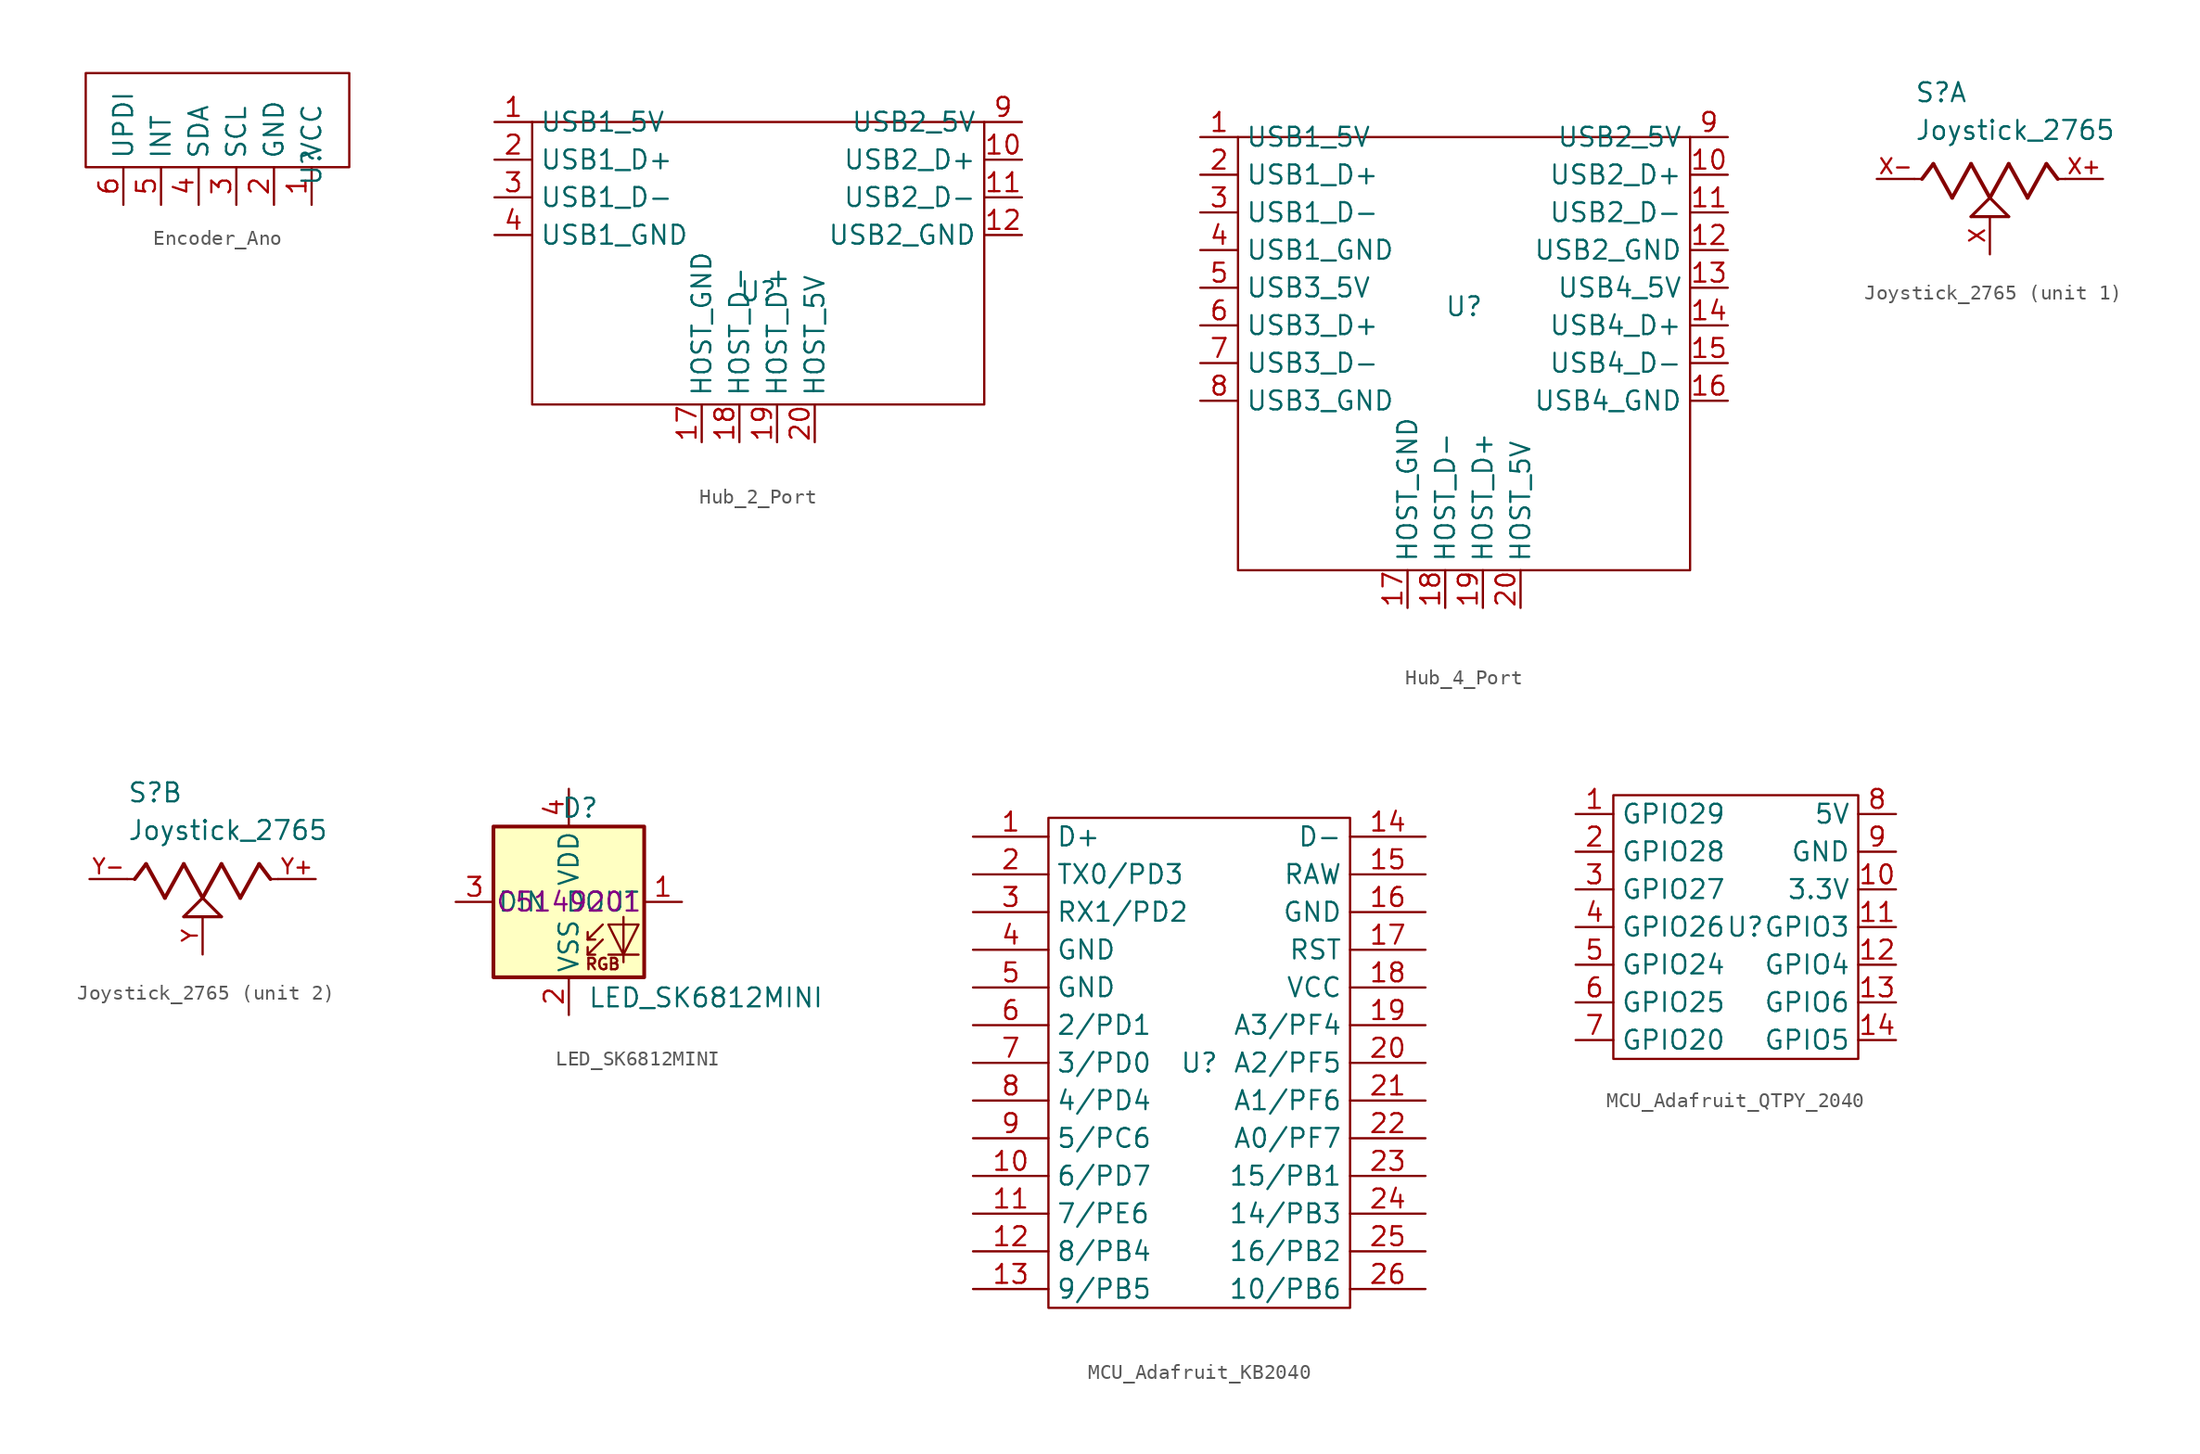
<source format=kicad_sym>
(kicad_symbol_lib
  (version 20231120)
  (generator "kicad_symbol_editor")
  (generator_version "8.0")
  (symbol "Encoder_Ano"
    (property "Reference" "U"
      (at 6.35 0 90)
      (effects (font (size 1.27 1.27))))
    (property "Value" ""
      (at 6.35 0 90)
      (effects (font (size 1.27 1.27))))
    (symbol "Encoder_Ano_0_1"
      (rectangle (start -8.89 6.35) (end 8.89 0) (stroke (width 0) (type default)) (fill (type none))))
    (symbol "Encoder_Ano_1_1"
      (pin input line (at 6.35 -2.54 90) (length 2.54) (name "VCC" (effects (font (size 1.27 1.27)))) (number "1" (effects (font (size 1.27 1.27)))))
      (pin input line (at 3.81 -2.54 90) (length 2.54) (name "GND" (effects (font (size 1.27 1.27)))) (number "2" (effects (font (size 1.27 1.27)))))
      (pin input line (at 1.27 -2.54 90) (length 2.54) (name "SCL" (effects (font (size 1.27 1.27)))) (number "3" (effects (font (size 1.27 1.27)))))
      (pin input line (at -1.27 -2.54 90) (length 2.54) (name "SDA" (effects (font (size 1.27 1.27)))) (number "4" (effects (font (size 1.27 1.27)))))
      (pin input line (at -3.81 -2.54 90) (length 2.54) (name "INT" (effects (font (size 1.27 1.27)))) (number "5" (effects (font (size 1.27 1.27)))))
      (pin input line (at -6.35 -2.54 90) (length 2.54) (name "UPDI" (effects (font (size 1.27 1.27)))) (number "6" (effects (font (size 1.27 1.27)))))))
  (symbol "Hub_2_Port"
    (property "Reference" "U"
      (at 0 0 0)
      (effects (font (size 1.27 1.27))))
    (property "Value" ""
      (at 0 0 0)
      (effects (font (size 1.27 1.27))))
    (symbol "Hub_2_Port_0_1"
      (rectangle (start -15.24 11.43) (end 15.24 -7.62) (stroke (width 0) (type default)) (fill (type none))))
    (symbol "Hub_2_Port_1_1"
      (pin input line (at -17.78 11.43 0) (length 2.54) (name "USB1_5V" (effects (font (size 1.27 1.27)))) (number "1" (effects (font (size 1.27 1.27)))))
      (pin input line (at 17.78 8.89 180) (length 2.54) (name "USB2_D+" (effects (font (size 1.27 1.27)))) (number "10" (effects (font (size 1.27 1.27)))))
      (pin input line (at 17.78 6.35 180) (length 2.54) (name "USB2_D-" (effects (font (size 1.27 1.27)))) (number "11" (effects (font (size 1.27 1.27)))))
      (pin input line (at 17.78 3.81 180) (length 2.54) (name "USB2_GND" (effects (font (size 1.27 1.27)))) (number "12" (effects (font (size 1.27 1.27)))))
      (pin input line (at -3.81 -10.16 90) (length 2.54) (name "HOST_GND" (effects (font (size 1.27 1.27)))) (number "17" (effects (font (size 1.27 1.27)))))
      (pin input line (at -1.27 -10.16 90) (length 2.54) (name "HOST_D-" (effects (font (size 1.27 1.27)))) (number "18" (effects (font (size 1.27 1.27)))))
      (pin input line (at 1.27 -10.16 90) (length 2.54) (name "HOST_D+" (effects (font (size 1.27 1.27)))) (number "19" (effects (font (size 1.27 1.27)))))
      (pin input line (at -17.78 8.89 0) (length 2.54) (name "USB1_D+" (effects (font (size 1.27 1.27)))) (number "2" (effects (font (size 1.27 1.27)))))
      (pin input line (at 3.81 -10.16 90) (length 2.54) (name "HOST_5V" (effects (font (size 1.27 1.27)))) (number "20" (effects (font (size 1.27 1.27)))))
      (pin input line (at -17.78 6.35 0) (length 2.54) (name "USB1_D-" (effects (font (size 1.27 1.27)))) (number "3" (effects (font (size 1.27 1.27)))))
      (pin input line (at -17.78 3.81 0) (length 2.54) (name "USB1_GND" (effects (font (size 1.27 1.27)))) (number "4" (effects (font (size 1.27 1.27)))))
      (pin input line (at 17.78 11.43 180) (length 2.54) (name "USB2_5V" (effects (font (size 1.27 1.27)))) (number "9" (effects (font (size 1.27 1.27)))))))
  (symbol "Hub_4_Port"
    (property "Reference" "U"
      (at 0 0 0)
      (effects (font (size 1.27 1.27))))
    (property "Value" ""
      (at 0 0 0)
      (effects (font (size 1.27 1.27))))
    (symbol "Hub_4_Port_0_1"
      (rectangle (start -15.24 11.43) (end 15.24 -17.78) (stroke (width 0) (type default)) (fill (type none))))
    (symbol "Hub_4_Port_1_1"
      (pin input line (at -17.78 11.43 0) (length 2.54) (name "USB1_5V" (effects (font (size 1.27 1.27)))) (number "1" (effects (font (size 1.27 1.27)))))
      (pin input line (at 17.78 8.89 180) (length 2.54) (name "USB2_D+" (effects (font (size 1.27 1.27)))) (number "10" (effects (font (size 1.27 1.27)))))
      (pin input line (at 17.78 6.35 180) (length 2.54) (name "USB2_D-" (effects (font (size 1.27 1.27)))) (number "11" (effects (font (size 1.27 1.27)))))
      (pin input line (at 17.78 3.81 180) (length 2.54) (name "USB2_GND" (effects (font (size 1.27 1.27)))) (number "12" (effects (font (size 1.27 1.27)))))
      (pin input line (at 17.78 1.27 180) (length 2.54) (name "USB4_5V" (effects (font (size 1.27 1.27)))) (number "13" (effects (font (size 1.27 1.27)))))
      (pin input line (at 17.78 -1.27 180) (length 2.54) (name "USB4_D+" (effects (font (size 1.27 1.27)))) (number "14" (effects (font (size 1.27 1.27)))))
      (pin input line (at 17.78 -3.81 180) (length 2.54) (name "USB4_D-" (effects (font (size 1.27 1.27)))) (number "15" (effects (font (size 1.27 1.27)))))
      (pin input line (at 17.78 -6.35 180) (length 2.54) (name "USB4_GND" (effects (font (size 1.27 1.27)))) (number "16" (effects (font (size 1.27 1.27)))))
      (pin input line (at -3.81 -20.32 90) (length 2.54) (name "HOST_GND" (effects (font (size 1.27 1.27)))) (number "17" (effects (font (size 1.27 1.27)))))
      (pin input line (at -1.27 -20.32 90) (length 2.54) (name "HOST_D-" (effects (font (size 1.27 1.27)))) (number "18" (effects (font (size 1.27 1.27)))))
      (pin input line (at 1.27 -20.32 90) (length 2.54) (name "HOST_D+" (effects (font (size 1.27 1.27)))) (number "19" (effects (font (size 1.27 1.27)))))
      (pin input line (at -17.78 8.89 0) (length 2.54) (name "USB1_D+" (effects (font (size 1.27 1.27)))) (number "2" (effects (font (size 1.27 1.27)))))
      (pin input line (at 3.81 -20.32 90) (length 2.54) (name "HOST_5V" (effects (font (size 1.27 1.27)))) (number "20" (effects (font (size 1.27 1.27)))))
      (pin input line (at -17.78 6.35 0) (length 2.54) (name "USB1_D-" (effects (font (size 1.27 1.27)))) (number "3" (effects (font (size 1.27 1.27)))))
      (pin input line (at -17.78 3.81 0) (length 2.54) (name "USB1_GND" (effects (font (size 1.27 1.27)))) (number "4" (effects (font (size 1.27 1.27)))))
      (pin input line (at -17.78 1.27 0) (length 2.54) (name "USB3_5V" (effects (font (size 1.27 1.27)))) (number "5" (effects (font (size 1.27 1.27)))))
      (pin input line (at -17.78 -1.27 0) (length 2.54) (name "USB3_D+" (effects (font (size 1.27 1.27)))) (number "6" (effects (font (size 1.27 1.27)))))
      (pin input line (at -17.78 -3.81 0) (length 2.54) (name "USB3_D-" (effects (font (size 1.27 1.27)))) (number "7" (effects (font (size 1.27 1.27)))))
      (pin input line (at -17.78 -6.35 0) (length 2.54) (name "USB3_GND" (effects (font (size 1.27 1.27)))) (number "8" (effects (font (size 1.27 1.27)))))
      (pin input line (at 17.78 11.43 180) (length 2.54) (name "USB2_5V" (effects (font (size 1.27 1.27)))) (number "9" (effects (font (size 1.27 1.27)))))))
  (symbol "Joystick_2765"
    (pin_names
      (offset 1.016))
    (property "Reference" "S"
      (at -5.08 5.08 0)
      (effects (font (size 1.27 1.27)) (justify left bottom)))
    (property "Value" "Joystick_2765"
      (at -5.08 2.54 0)
      (effects (font (size 1.27 1.27)) (justify left bottom)))
    (symbol "Joystick_2765_1_0"
      (polyline (pts (xy -5.08 0) (xy -4.572 0)) (stroke (width 0.152) (type default)) (fill (type none)))
      (polyline (pts (xy -4.572 0) (xy -3.81 1.016)) (stroke (width 0.254) (type default)) (fill (type none)))
      (polyline (pts (xy -3.81 1.016) (xy -2.54 -1.27)) (stroke (width 0.254) (type default)) (fill (type none)))
      (polyline (pts (xy -2.54 -1.27) (xy -1.27 1.016)) (stroke (width 0.254) (type default)) (fill (type none)))
      (polyline (pts (xy -1.27 -2.54) (xy 0 -1.27)) (stroke (width 0.203) (type default)) (fill (type none)))
      (polyline (pts (xy -1.27 1.016) (xy 0 -1.27)) (stroke (width 0.254) (type default)) (fill (type none)))
      (polyline (pts (xy 0 -1.27) (xy 1.27 -2.54)) (stroke (width 0.203) (type default)) (fill (type none)))
      (polyline (pts (xy 0 -1.27) (xy 1.27 1.016)) (stroke (width 0.254) (type default)) (fill (type none)))
      (polyline (pts (xy 1.27 -2.54) (xy -1.27 -2.54)) (stroke (width 0.203) (type default)) (fill (type none)))
      (polyline (pts (xy 1.27 1.016) (xy 2.54 -1.27)) (stroke (width 0.254) (type default)) (fill (type none)))
      (polyline (pts (xy 2.54 -1.27) (xy 3.81 1.016)) (stroke (width 0.254) (type default)) (fill (type none)))
      (polyline (pts (xy 3.81 1.016) (xy 4.572 0)) (stroke (width 0.254) (type default)) (fill (type none)))
      (polyline (pts (xy 4.572 0) (xy 5.08 0)) (stroke (width 0.152) (type default)) (fill (type none)))
      (pin passive line (at 0 -5.08 90) (length 2.54) (name "~" (effects (font (size 1.016 1.016)))) (number "X" (effects (font (size 1.016 1.016)))))
      (pin passive line (at 7.62 0 180) (length 2.54) (name "~" (effects (font (size 1.016 1.016)))) (number "X+" (effects (font (size 1.016 1.016)))))
      (pin passive line (at -7.62 0 0) (length 2.54) (name "~" (effects (font (size 1.016 1.016)))) (number "X-" (effects (font (size 1.016 1.016))))))
    (symbol "Joystick_2765_2_0"
      (polyline (pts (xy -5.08 0) (xy -4.572 0)) (stroke (width 0.152) (type default)) (fill (type none)))
      (polyline (pts (xy -4.572 0) (xy -3.81 1.016)) (stroke (width 0.254) (type default)) (fill (type none)))
      (polyline (pts (xy -3.81 1.016) (xy -2.54 -1.27)) (stroke (width 0.254) (type default)) (fill (type none)))
      (polyline (pts (xy -2.54 -1.27) (xy -1.27 1.016)) (stroke (width 0.254) (type default)) (fill (type none)))
      (polyline (pts (xy -1.27 -2.54) (xy 0 -1.27)) (stroke (width 0.203) (type default)) (fill (type none)))
      (polyline (pts (xy -1.27 1.016) (xy 0 -1.27)) (stroke (width 0.254) (type default)) (fill (type none)))
      (polyline (pts (xy 0 -1.27) (xy 1.27 -2.54)) (stroke (width 0.203) (type default)) (fill (type none)))
      (polyline (pts (xy 0 -1.27) (xy 1.27 1.016)) (stroke (width 0.254) (type default)) (fill (type none)))
      (polyline (pts (xy 1.27 -2.54) (xy -1.27 -2.54)) (stroke (width 0.203) (type default)) (fill (type none)))
      (polyline (pts (xy 1.27 1.016) (xy 2.54 -1.27)) (stroke (width 0.254) (type default)) (fill (type none)))
      (polyline (pts (xy 2.54 -1.27) (xy 3.81 1.016)) (stroke (width 0.254) (type default)) (fill (type none)))
      (polyline (pts (xy 3.81 1.016) (xy 4.572 0)) (stroke (width 0.254) (type default)) (fill (type none)))
      (polyline (pts (xy 4.572 0) (xy 5.08 0)) (stroke (width 0.152) (type default)) (fill (type none)))
      (pin passive line (at 0 -5.08 90) (length 2.54) (name "~" (effects (font (size 1.016 1.016)))) (number "Y" (effects (font (size 1.016 1.016)))))
      (pin passive line (at 7.62 0 180) (length 2.54) (name "~" (effects (font (size 1.016 1.016)))) (number "Y+" (effects (font (size 1.016 1.016)))))
      (pin passive line (at -7.62 0 0) (length 2.54) (name "~" (effects (font (size 1.016 1.016)))) (number "Y-" (effects (font (size 1.016 1.016)))))))
  (symbol "LED_SK6812MINI"
    (pin_names
      (offset 0.254))
    (property "Reference" "D"
      (at 2.032 5.588 0)
      (effects (font (size 1.27 1.27)) (justify right bottom)))
    (property "Value" "LED_SK6812MINI"
      (at 1.27 -5.715 0)
      (effects (font (size 1.27 1.27)) (justify left top)))
    (property "LCSC" "C5149201"
      (at 0 0 0)
      (effects (font (size 1.27 1.27))))
    (symbol "LED_SK6812MINI_0_0"
      (text "RGB" (at 2.286 -4.191 0) (effects (font (size 0.762 0.762)))))
    (symbol "LED_SK6812MINI_0_1"
      (rectangle (start -5.08 5.08) (end 5.08 -5.08) (stroke (width 0.254) (type default)) (fill (type background)))
      (polyline (pts (xy 1.27 -3.556) (xy 1.778 -3.556)) (stroke (width 0) (type default)) (fill (type none)))
      (polyline (pts (xy 1.27 -2.54) (xy 1.778 -2.54)) (stroke (width 0) (type default)) (fill (type none)))
      (polyline (pts (xy 4.699 -3.556) (xy 2.667 -3.556)) (stroke (width 0) (type default)) (fill (type none)))
      (polyline (pts (xy 2.286 -2.54) (xy 1.27 -3.556) (xy 1.27 -3.048)) (stroke (width 0) (type default)) (fill (type none)))
      (polyline (pts (xy 2.286 -1.524) (xy 1.27 -2.54) (xy 1.27 -2.032)) (stroke (width 0) (type default)) (fill (type none)))
      (polyline (pts (xy 3.683 -1.016) (xy 3.683 -3.556) (xy 3.683 -4.064)) (stroke (width 0) (type default)) (fill (type none)))
      (polyline (pts (xy 4.699 -1.524) (xy 2.667 -1.524) (xy 3.683 -3.556) (xy 4.699 -1.524)) (stroke (width 0) (type default)) (fill (type none))))
    (symbol "LED_SK6812MINI_1_1"
      (pin output line (at 7.62 0 180) (length 2.54) (name "DOUT" (effects (font (size 1.27 1.27)))) (number "1" (effects (font (size 1.27 1.27)))))
      (pin power_in line (at 0 -7.62 90) (length 2.54) (name "VSS" (effects (font (size 1.27 1.27)))) (number "2" (effects (font (size 1.27 1.27)))))
      (pin input line (at -7.62 0 0) (length 2.54) (name "DIN" (effects (font (size 1.27 1.27)))) (number "3" (effects (font (size 1.27 1.27)))))
      (pin power_in line (at 0 7.62 270) (length 2.54) (name "VDD" (effects (font (size 1.27 1.27)))) (number "4" (effects (font (size 1.27 1.27)))))))
  (symbol "MCU_Adafruit_KB2040"
    (property "Reference" "U"
      (at 0 0 0)
      (effects (font (size 1.27 1.27))))
    (property "Value" ""
      (at 0 0 0)
      (effects (font (size 1.27 1.27))))
    (symbol "MCU_Adafruit_KB2040_0_1"
      (rectangle (start -10.16 16.51) (end 10.16 -16.51) (stroke (width 0) (type solid)) (fill (type none))))
    (symbol "MCU_Adafruit_KB2040_1_1"
      (pin input line (at -15.24 15.24 0) (length 5.08) (name "D+" (effects (font (size 1.27 1.27)))) (number "1" (effects (font (size 1.27 1.27)))))
      (pin input line (at -15.24 -7.62 0) (length 5.08) (name "6/PD7" (effects (font (size 1.27 1.27)))) (number "10" (effects (font (size 1.27 1.27)))))
      (pin input line (at -15.24 -10.16 0) (length 5.08) (name "7/PE6" (effects (font (size 1.27 1.27)))) (number "11" (effects (font (size 1.27 1.27)))))
      (pin input line (at -15.24 -12.7 0) (length 5.08) (name "8/PB4" (effects (font (size 1.27 1.27)))) (number "12" (effects (font (size 1.27 1.27)))))
      (pin input line (at -15.24 -15.24 0) (length 5.08) (name "9/PB5" (effects (font (size 1.27 1.27)))) (number "13" (effects (font (size 1.27 1.27)))))
      (pin input line (at 15.24 15.24 180) (length 5.08) (name "D-" (effects (font (size 1.27 1.27)))) (number "14" (effects (font (size 1.27 1.27)))))
      (pin input line (at 15.24 12.7 180) (length 5.08) (name "RAW" (effects (font (size 1.27 1.27)))) (number "15" (effects (font (size 1.27 1.27)))))
      (pin input line (at 15.24 10.16 180) (length 5.08) (name "GND" (effects (font (size 1.27 1.27)))) (number "16" (effects (font (size 1.27 1.27)))))
      (pin input line (at 15.24 7.62 180) (length 5.08) (name "RST" (effects (font (size 1.27 1.27)))) (number "17" (effects (font (size 1.27 1.27)))))
      (pin input line (at 15.24 5.08 180) (length 5.08) (name "VCC" (effects (font (size 1.27 1.27)))) (number "18" (effects (font (size 1.27 1.27)))))
      (pin input line (at 15.24 2.54 180) (length 5.08) (name "A3/PF4" (effects (font (size 1.27 1.27)))) (number "19" (effects (font (size 1.27 1.27)))))
      (pin input line (at -15.24 12.7 0) (length 5.08) (name "TX0/PD3" (effects (font (size 1.27 1.27)))) (number "2" (effects (font (size 1.27 1.27)))))
      (pin input line (at 15.24 0 180) (length 5.08) (name "A2/PF5" (effects (font (size 1.27 1.27)))) (number "20" (effects (font (size 1.27 1.27)))))
      (pin input line (at 15.24 -2.54 180) (length 5.08) (name "A1/PF6" (effects (font (size 1.27 1.27)))) (number "21" (effects (font (size 1.27 1.27)))))
      (pin input line (at 15.24 -5.08 180) (length 5.08) (name "A0/PF7" (effects (font (size 1.27 1.27)))) (number "22" (effects (font (size 1.27 1.27)))))
      (pin input line (at 15.24 -7.62 180) (length 5.08) (name "15/PB1" (effects (font (size 1.27 1.27)))) (number "23" (effects (font (size 1.27 1.27)))))
      (pin input line (at 15.24 -10.16 180) (length 5.08) (name "14/PB3" (effects (font (size 1.27 1.27)))) (number "24" (effects (font (size 1.27 1.27)))))
      (pin input line (at 15.24 -12.7 180) (length 5.08) (name "16/PB2" (effects (font (size 1.27 1.27)))) (number "25" (effects (font (size 1.27 1.27)))))
      (pin input line (at 15.24 -15.24 180) (length 5.08) (name "10/PB6" (effects (font (size 1.27 1.27)))) (number "26" (effects (font (size 1.27 1.27)))))
      (pin input line (at -15.24 10.16 0) (length 5.08) (name "RX1/PD2" (effects (font (size 1.27 1.27)))) (number "3" (effects (font (size 1.27 1.27)))))
      (pin input line (at -15.24 7.62 0) (length 5.08) (name "GND" (effects (font (size 1.27 1.27)))) (number "4" (effects (font (size 1.27 1.27)))))
      (pin input line (at -15.24 5.08 0) (length 5.08) (name "GND" (effects (font (size 1.27 1.27)))) (number "5" (effects (font (size 1.27 1.27)))))
      (pin input line (at -15.24 2.54 0) (length 5.08) (name "2/PD1" (effects (font (size 1.27 1.27)))) (number "6" (effects (font (size 1.27 1.27)))))
      (pin input line (at -15.24 0 0) (length 5.08) (name "3/PD0" (effects (font (size 1.27 1.27)))) (number "7" (effects (font (size 1.27 1.27)))))
      (pin input line (at -15.24 -2.54 0) (length 5.08) (name "4/PD4" (effects (font (size 1.27 1.27)))) (number "8" (effects (font (size 1.27 1.27)))))
      (pin input line (at -15.24 -5.08 0) (length 5.08) (name "5/PC6" (effects (font (size 1.27 1.27)))) (number "9" (effects (font (size 1.27 1.27)))))))
  (symbol "MCU_Adafruit_QTPY_2040"
    (property "Reference" "U"
      (at 0 0 0)
      (effects (font (size 1.27 1.27))))
    (property "Value" ""
      (at 0 0 0)
      (effects (font (size 1.27 1.27))))
    (symbol "MCU_Adafruit_QTPY_2040_0_1"
      (rectangle (start -8.89 8.89) (end 7.62 -8.89) (stroke (width 0) (type default)) (fill (type none))))
    (symbol "MCU_Adafruit_QTPY_2040_1_1"
      (pin input line (at -11.43 7.62 0) (length 2.54) (name "GPIO29" (effects (font (size 1.27 1.27)))) (number "1" (effects (font (size 1.27 1.27)))))
      (pin input line (at 10.16 2.54 180) (length 2.54) (name "3.3V" (effects (font (size 1.27 1.27)))) (number "10" (effects (font (size 1.27 1.27)))))
      (pin input line (at 10.16 0 180) (length 2.54) (name "GPIO3" (effects (font (size 1.27 1.27)))) (number "11" (effects (font (size 1.27 1.27)))))
      (pin input line (at 10.16 -2.54 180) (length 2.54) (name "GPIO4" (effects (font (size 1.27 1.27)))) (number "12" (effects (font (size 1.27 1.27)))))
      (pin input line (at 10.16 -5.08 180) (length 2.54) (name "GPIO6" (effects (font (size 1.27 1.27)))) (number "13" (effects (font (size 1.27 1.27)))))
      (pin input line (at 10.16 -7.62 180) (length 2.54) (name "GPIO5" (effects (font (size 1.27 1.27)))) (number "14" (effects (font (size 1.27 1.27)))))
      (pin input line (at -11.43 5.08 0) (length 2.54) (name "GPIO28" (effects (font (size 1.27 1.27)))) (number "2" (effects (font (size 1.27 1.27)))))
      (pin input line (at -11.43 2.54 0) (length 2.54) (name "GPIO27" (effects (font (size 1.27 1.27)))) (number "3" (effects (font (size 1.27 1.27)))))
      (pin input line (at -11.43 0 0) (length 2.54) (name "GPIO26" (effects (font (size 1.27 1.27)))) (number "4" (effects (font (size 1.27 1.27)))))
      (pin input line (at -11.43 -2.54 0) (length 2.54) (name "GPIO24" (effects (font (size 1.27 1.27)))) (number "5" (effects (font (size 1.27 1.27)))))
      (pin input line (at -11.43 -5.08 0) (length 2.54) (name "GPIO25" (effects (font (size 1.27 1.27)))) (number "6" (effects (font (size 1.27 1.27)))))
      (pin input line (at -11.43 -7.62 0) (length 2.54) (name "GPIO20" (effects (font (size 1.27 1.27)))) (number "7" (effects (font (size 1.27 1.27)))))
      (pin input line (at 10.16 7.62 180) (length 2.54) (name "5V" (effects (font (size 1.27 1.27)))) (number "8" (effects (font (size 1.27 1.27)))))
      (pin input line (at 10.16 5.08 180) (length 2.54) (name "GND" (effects (font (size 1.27 1.27)))) (number "9" (effects (font (size 1.27 1.27))))))))
</source>
